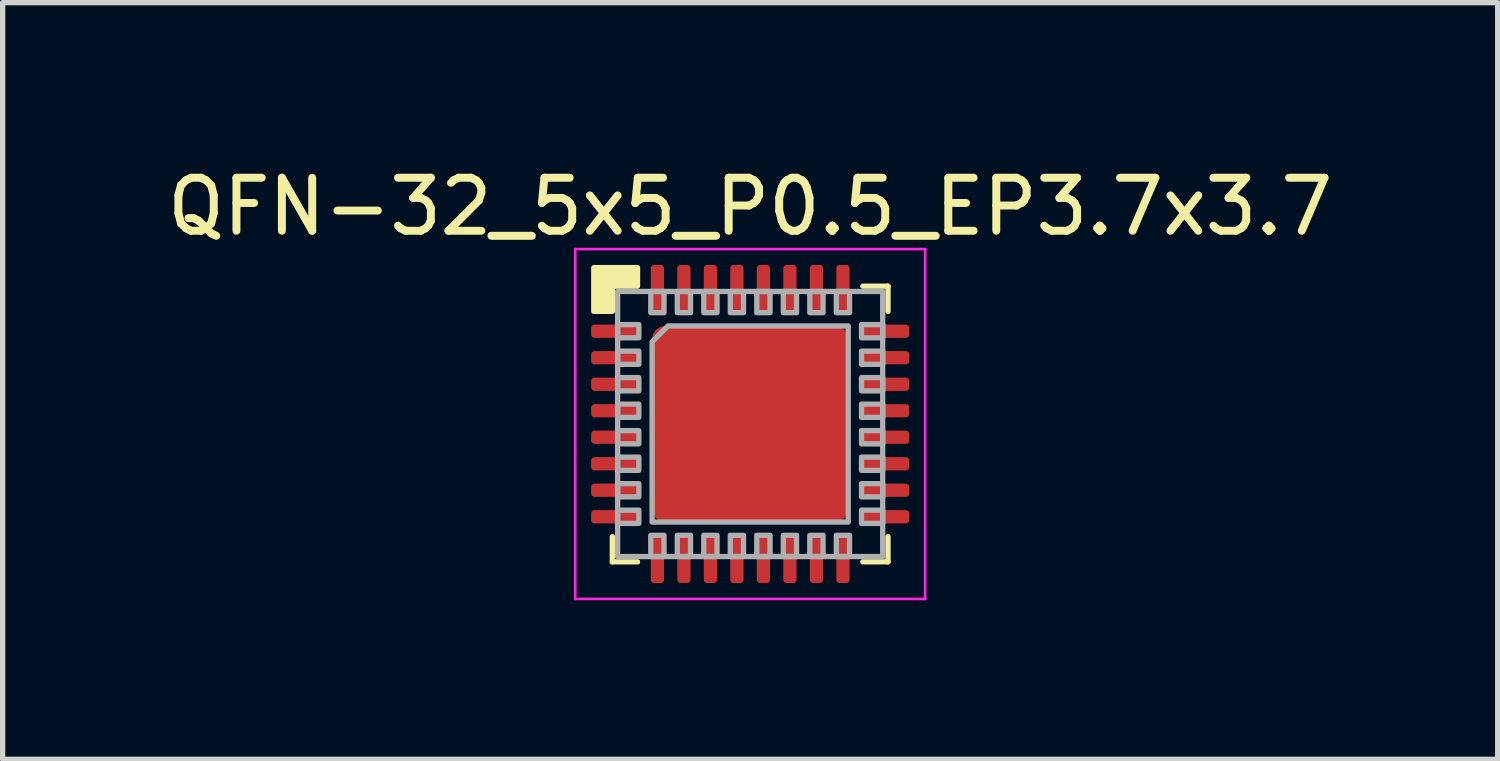
<source format=kicad_pcb>
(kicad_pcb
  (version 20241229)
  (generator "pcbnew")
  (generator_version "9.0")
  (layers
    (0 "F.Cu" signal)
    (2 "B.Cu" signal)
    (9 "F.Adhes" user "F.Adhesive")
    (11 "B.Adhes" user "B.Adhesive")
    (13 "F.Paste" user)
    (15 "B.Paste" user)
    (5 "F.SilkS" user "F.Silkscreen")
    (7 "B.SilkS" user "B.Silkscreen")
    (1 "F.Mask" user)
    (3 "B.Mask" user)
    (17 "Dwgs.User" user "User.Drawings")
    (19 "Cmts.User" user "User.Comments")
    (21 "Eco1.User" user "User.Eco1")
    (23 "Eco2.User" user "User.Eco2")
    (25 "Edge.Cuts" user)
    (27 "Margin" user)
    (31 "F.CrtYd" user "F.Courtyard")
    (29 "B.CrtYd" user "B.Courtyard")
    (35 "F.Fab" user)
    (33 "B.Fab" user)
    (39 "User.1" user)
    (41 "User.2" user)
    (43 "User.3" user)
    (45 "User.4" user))
  (footprint "QFN-32_5x5_P0.5_EP3.7x3.7"
    (layer "F.Cu")
    (at 11.101 4.948)
    (property "Reference" "QFN-32_5x5_P0.5_EP3.7x3.7" (at 0 -4.1 0) (layer "F.SilkS") (effects (font (size 1 1) (thickness 0.15))))
    (attr smd)
    (fp_line (start -2.6 2.6) (end -2.6 2.125) (stroke (width 0.1) (type solid)) (layer "F.SilkS"))
    (fp_line (start -2.6 2.6) (end -2.125 2.6) (stroke (width 0.1) (type solid)) (layer "F.SilkS"))
    (fp_line (start 2.6 -2.6) (end 2.125 -2.6) (stroke (width 0.1) (type solid)) (layer "F.SilkS"))
    (fp_line (start 2.6 -2.6) (end 2.6 -2.125) (stroke (width 0.1) (type solid)) (layer "F.SilkS"))
    (fp_line (start 2.6 2.6) (end 2.125 2.6) (stroke (width 0.1) (type solid)) (layer "F.SilkS"))
    (fp_line (start 2.6 2.6) (end 2.6 2.125) (stroke (width 0.1) (type solid)) (layer "F.SilkS"))
    (fp_poly (pts (xy -2.125 -2.6) (xy -2.6 -2.6) (xy -2.6 -2.125) (xy -2.95 -2.125) (xy -2.95 -2.95) (xy -2.125 -2.95)) (stroke (width 0.1) (type solid)) (fill yes) (layer "F.SilkS"))
    (fp_line (start -3.3 -3.3) (end -3.3 3.3) (stroke (width 0.05) (type solid)) (layer "F.CrtYd"))
    (fp_line (start -3.3 3.3) (end 3.3 3.3) (stroke (width 0.05) (type solid)) (layer "F.CrtYd"))
    (fp_line (start 3.3 -3.3) (end -3.3 -3.3) (stroke (width 0.05) (type solid)) (layer "F.CrtYd"))
    (fp_line (start 3.3 3.3) (end 3.3 -3.3) (stroke (width 0.05) (type solid)) (layer "F.CrtYd"))
    (fp_line (start -2.5 -2.5) (end 2.5 -2.5) (stroke (width 0.1) (type solid)) (layer "F.Fab"))
    (fp_line (start -2.5 2.5) (end -2.5 -2.5) (stroke (width 0.1) (type solid)) (layer "F.Fab"))
    (fp_line (start 2.5 -2.5) (end 2.5 2.5) (stroke (width 0.1) (type solid)) (layer "F.Fab"))
    (fp_line (start 2.5 2.5) (end -2.5 2.5) (stroke (width 0.1) (type solid)) (layer "F.Fab"))
    (fp_poly (pts (xy -2.1 -1.625) (xy -2.5 -1.625) (xy -2.5 -1.875) (xy -2.1 -1.875)) (stroke (width 0.1) (type solid)) (fill no) (layer "F.Fab"))
    (fp_poly (pts (xy -2.1 -1.125) (xy -2.5 -1.125) (xy -2.5 -1.375) (xy -2.1 -1.375)) (stroke (width 0.1) (type solid)) (fill no) (layer "F.Fab"))
    (fp_poly (pts (xy -2.1 -0.625) (xy -2.5 -0.625) (xy -2.5 -0.875) (xy -2.1 -0.875)) (stroke (width 0.1) (type solid)) (fill no) (layer "F.Fab"))
    (fp_poly (pts (xy -2.1 -0.125) (xy -2.5 -0.125) (xy -2.5 -0.375) (xy -2.1 -0.375)) (stroke (width 0.1) (type solid)) (fill no) (layer "F.Fab"))
    (fp_poly (pts (xy -2.1 0.375) (xy -2.5 0.375) (xy -2.5 0.125) (xy -2.1 0.125)) (stroke (width 0.1) (type solid)) (fill no) (layer "F.Fab"))
    (fp_poly (pts (xy -2.1 0.875) (xy -2.5 0.875) (xy -2.5 0.625) (xy -2.1 0.625)) (stroke (width 0.1) (type solid)) (fill no) (layer "F.Fab"))
    (fp_poly (pts (xy -2.1 1.375) (xy -2.5 1.375) (xy -2.5 1.125) (xy -2.1 1.125)) (stroke (width 0.1) (type solid)) (fill no) (layer "F.Fab"))
    (fp_poly (pts (xy -2.1 1.875) (xy -2.5 1.875) (xy -2.5 1.625) (xy -2.1 1.625)) (stroke (width 0.1) (type solid)) (fill no) (layer "F.Fab"))
    (fp_poly (pts (xy -1.875 -2.1) (xy -1.875 -2.5) (xy -1.625 -2.5) (xy -1.625 -2.1)) (stroke (width 0.1) (type solid)) (fill no) (layer "F.Fab"))
    (fp_poly (pts (xy -1.625 2.1) (xy -1.625 2.5) (xy -1.875 2.5) (xy -1.875 2.1)) (stroke (width 0.1) (type solid)) (fill no) (layer "F.Fab"))
    (fp_poly (pts (xy -1.375 -2.1) (xy -1.375 -2.5) (xy -1.125 -2.5) (xy -1.125 -2.1)) (stroke (width 0.1) (type solid)) (fill no) (layer "F.Fab"))
    (fp_poly (pts (xy -1.125 2.1) (xy -1.125 2.5) (xy -1.375 2.5) (xy -1.375 2.1)) (stroke (width 0.1) (type solid)) (fill no) (layer "F.Fab"))
    (fp_poly (pts (xy -0.875 -2.1) (xy -0.875 -2.5) (xy -0.625 -2.5) (xy -0.625 -2.1)) (stroke (width 0.1) (type solid)) (fill no) (layer "F.Fab"))
    (fp_poly (pts (xy -0.625 2.1) (xy -0.625 2.5) (xy -0.875 2.5) (xy -0.875 2.1)) (stroke (width 0.1) (type solid)) (fill no) (layer "F.Fab"))
    (fp_poly (pts (xy -0.375 -2.1) (xy -0.375 -2.5) (xy -0.125 -2.5) (xy -0.125 -2.1)) (stroke (width 0.1) (type solid)) (fill no) (layer "F.Fab"))
    (fp_poly (pts (xy -0.125 2.1) (xy -0.125 2.5) (xy -0.375 2.5) (xy -0.375 2.1)) (stroke (width 0.1) (type solid)) (fill no) (layer "F.Fab"))
    (fp_poly (pts (xy 0.125 -2.1) (xy 0.125 -2.5) (xy 0.375 -2.5) (xy 0.375 -2.1)) (stroke (width 0.1) (type solid)) (fill no) (layer "F.Fab"))
    (fp_poly (pts (xy 0.375 2.1) (xy 0.375 2.5) (xy 0.125 2.5) (xy 0.125 2.1)) (stroke (width 0.1) (type solid)) (fill no) (layer "F.Fab"))
    (fp_poly (pts (xy 0.625 -2.1) (xy 0.625 -2.5) (xy 0.875 -2.5) (xy 0.875 -2.1)) (stroke (width 0.1) (type solid)) (fill no) (layer "F.Fab"))
    (fp_poly (pts (xy 0.875 2.1) (xy 0.875 2.5) (xy 0.625 2.5) (xy 0.625 2.1)) (stroke (width 0.1) (type solid)) (fill no) (layer "F.Fab"))
    (fp_poly (pts (xy 1.125 -2.1) (xy 1.125 -2.5) (xy 1.375 -2.5) (xy 1.375 -2.1)) (stroke (width 0.1) (type solid)) (fill no) (layer "F.Fab"))
    (fp_poly (pts (xy 1.375 2.1) (xy 1.375 2.5) (xy 1.125 2.5) (xy 1.125 2.1)) (stroke (width 0.1) (type solid)) (fill no) (layer "F.Fab"))
    (fp_poly (pts (xy 1.625 -2.1) (xy 1.625 -2.5) (xy 1.875 -2.5) (xy 1.875 -2.1)) (stroke (width 0.1) (type solid)) (fill no) (layer "F.Fab"))
    (fp_poly (pts (xy 1.875 2.1) (xy 1.875 2.5) (xy 1.625 2.5) (xy 1.625 2.1)) (stroke (width 0.1) (type solid)) (fill no) (layer "F.Fab"))
    (fp_poly (pts (xy 2.1 -1.875) (xy 2.5 -1.875) (xy 2.5 -1.625) (xy 2.1 -1.625)) (stroke (width 0.1) (type solid)) (fill no) (layer "F.Fab"))
    (fp_poly (pts (xy 2.1 -1.375) (xy 2.5 -1.375) (xy 2.5 -1.125) (xy 2.1 -1.125)) (stroke (width 0.1) (type solid)) (fill no) (layer "F.Fab"))
    (fp_poly (pts (xy 2.1 -0.875) (xy 2.5 -0.875) (xy 2.5 -0.625) (xy 2.1 -0.625)) (stroke (width 0.1) (type solid)) (fill no) (layer "F.Fab"))
    (fp_poly (pts (xy 2.1 -0.375) (xy 2.5 -0.375) (xy 2.5 -0.125) (xy 2.1 -0.125)) (stroke (width 0.1) (type solid)) (fill no) (layer "F.Fab"))
    (fp_poly (pts (xy 2.1 0.125) (xy 2.5 0.125) (xy 2.5 0.375) (xy 2.1 0.375)) (stroke (width 0.1) (type solid)) (fill no) (layer "F.Fab"))
    (fp_poly (pts (xy 2.1 0.625) (xy 2.5 0.625) (xy 2.5 0.875) (xy 2.1 0.875)) (stroke (width 0.1) (type solid)) (fill no) (layer "F.Fab"))
    (fp_poly (pts (xy 2.1 1.125) (xy 2.5 1.125) (xy 2.5 1.375) (xy 2.1 1.375)) (stroke (width 0.1) (type solid)) (fill no) (layer "F.Fab"))
    (fp_poly (pts (xy 2.1 1.625) (xy 2.5 1.625) (xy 2.5 1.875) (xy 2.1 1.875)) (stroke (width 0.1) (type solid)) (fill no) (layer "F.Fab"))
    (fp_poly (pts (xy 1.85 1.85) (xy -1.85 1.85) (xy -1.85 -1.55) (xy -1.55 -1.85) (xy 1.85 -1.85)) (stroke (width 0.1) (type solid)) (fill no) (layer "F.Fab"))
    (pad "" smd roundrect (at -0.925 -0.925) (size 1.31 1.31) (layers "F.Paste") (roundrect_rratio 0.076))
    (pad "" smd roundrect (at -0.925 0.925) (size 1.31 1.31) (layers "F.Paste") (roundrect_rratio 0.076))
    (pad "" smd roundrect (at 0.925 -0.925) (size 1.31 1.31) (layers "F.Paste") (roundrect_rratio 0.076))
    (pad "" smd roundrect (at 0.925 0.925) (size 1.31 1.31) (layers "F.Paste") (roundrect_rratio 0.076))
    (pad "1" smd roundrect (at -2.55 -1.75) (size 0.9 0.25) (layers "F.Cu" "F.Mask" "F.Paste") (roundrect_rratio 0.25))
    (pad "2" smd roundrect (at -2.55 -1.25) (size 0.9 0.25) (layers "F.Cu" "F.Mask" "F.Paste") (roundrect_rratio 0.25))
    (pad "3" smd roundrect (at -2.55 -0.75) (size 0.9 0.25) (layers "F.Cu" "F.Mask" "F.Paste") (roundrect_rratio 0.25))
    (pad "4" smd roundrect (at -2.55 -0.25) (size 0.9 0.25) (layers "F.Cu" "F.Mask" "F.Paste") (roundrect_rratio 0.25))
    (pad "5" smd roundrect (at -2.55 0.25) (size 0.9 0.25) (layers "F.Cu" "F.Mask" "F.Paste") (roundrect_rratio 0.25))
    (pad "6" smd roundrect (at -2.55 0.75) (size 0.9 0.25) (layers "F.Cu" "F.Mask" "F.Paste") (roundrect_rratio 0.25))
    (pad "7" smd roundrect (at -2.55 1.25) (size 0.9 0.25) (layers "F.Cu" "F.Mask" "F.Paste") (roundrect_rratio 0.25))
    (pad "8" smd roundrect (at -2.55 1.75) (size 0.9 0.25) (layers "F.Cu" "F.Mask" "F.Paste") (roundrect_rratio 0.25))
    (pad "9" smd roundrect (at -1.75 2.55 90) (size 0.9 0.25) (layers "F.Cu" "F.Mask" "F.Paste") (roundrect_rratio 0.25))
    (pad "10" smd roundrect (at -1.25 2.55 90) (size 0.9 0.25) (layers "F.Cu" "F.Mask" "F.Paste") (roundrect_rratio 0.25))
    (pad "11" smd roundrect (at -0.75 2.55 90) (size 0.9 0.25) (layers "F.Cu" "F.Mask" "F.Paste") (roundrect_rratio 0.25))
    (pad "12" smd roundrect (at -0.25 2.55 90) (size 0.9 0.25) (layers "F.Cu" "F.Mask" "F.Paste") (roundrect_rratio 0.25))
    (pad "13" smd roundrect (at 0.25 2.55 90) (size 0.9 0.25) (layers "F.Cu" "F.Mask" "F.Paste") (roundrect_rratio 0.25))
    (pad "14" smd roundrect (at 0.75 2.55 90) (size 0.9 0.25) (layers "F.Cu" "F.Mask" "F.Paste") (roundrect_rratio 0.25))
    (pad "15" smd roundrect (at 1.25 2.55 90) (size 0.9 0.25) (layers "F.Cu" "F.Mask" "F.Paste") (roundrect_rratio 0.25))
    (pad "16" smd roundrect (at 1.75 2.55 90) (size 0.9 0.25) (layers "F.Cu" "F.Mask" "F.Paste") (roundrect_rratio 0.25))
    (pad "17" smd roundrect (at 2.55 1.75) (size 0.9 0.25) (layers "F.Cu" "F.Mask" "F.Paste") (roundrect_rratio 0.25))
    (pad "18" smd roundrect (at 2.55 1.25) (size 0.9 0.25) (layers "F.Cu" "F.Mask" "F.Paste") (roundrect_rratio 0.25))
    (pad "19" smd roundrect (at 2.55 0.75) (size 0.9 0.25) (layers "F.Cu" "F.Mask" "F.Paste") (roundrect_rratio 0.25))
    (pad "20" smd roundrect (at 2.55 0.25) (size 0.9 0.25) (layers "F.Cu" "F.Mask" "F.Paste") (roundrect_rratio 0.25))
    (pad "21" smd roundrect (at 2.55 -0.25) (size 0.9 0.25) (layers "F.Cu" "F.Mask" "F.Paste") (roundrect_rratio 0.25))
    (pad "22" smd roundrect (at 2.55 -0.75) (size 0.9 0.25) (layers "F.Cu" "F.Mask" "F.Paste") (roundrect_rratio 0.25))
    (pad "23" smd roundrect (at 2.55 -1.25) (size 0.9 0.25) (layers "F.Cu" "F.Mask" "F.Paste") (roundrect_rratio 0.25))
    (pad "24" smd roundrect (at 2.55 -1.75) (size 0.9 0.25) (layers "F.Cu" "F.Mask" "F.Paste") (roundrect_rratio 0.25))
    (pad "25" smd roundrect (at 1.75 -2.55 90) (size 0.9 0.25) (layers "F.Cu" "F.Mask" "F.Paste") (roundrect_rratio 0.25))
    (pad "26" smd roundrect (at 1.25 -2.55 90) (size 0.9 0.25) (layers "F.Cu" "F.Mask" "F.Paste") (roundrect_rratio 0.25))
    (pad "27" smd roundrect (at 0.75 -2.55 90) (size 0.9 0.25) (layers "F.Cu" "F.Mask" "F.Paste") (roundrect_rratio 0.25))
    (pad "28" smd roundrect (at 0.25 -2.55 90) (size 0.9 0.25) (layers "F.Cu" "F.Mask" "F.Paste") (roundrect_rratio 0.25))
    (pad "29" smd roundrect (at -0.25 -2.55 90) (size 0.9 0.25) (layers "F.Cu" "F.Mask" "F.Paste") (roundrect_rratio 0.25))
    (pad "30" smd roundrect (at -0.75 -2.55 90) (size 0.9 0.25) (layers "F.Cu" "F.Mask" "F.Paste") (roundrect_rratio 0.25))
    (pad "31" smd roundrect (at -1.25 -2.55 90) (size 0.9 0.25) (layers "F.Cu" "F.Mask" "F.Paste") (roundrect_rratio 0.25))
    (pad "32" smd roundrect (at -1.75 -2.55 90) (size 0.9 0.25) (layers "F.Cu" "F.Mask" "F.Paste") (roundrect_rratio 0.25))
    (pad "33" smd roundrect (at 0 0) (size 3.7 3.7) (layers "F.Cu" "F.Mask") (roundrect_rratio 0.068)))
  (gr_rect
    (start -3 -3)
    (end 25.202 11.273)
    (stroke (width 0.1) (type default))
    (fill no)
    (layer "Edge.Cuts")))
</source>
